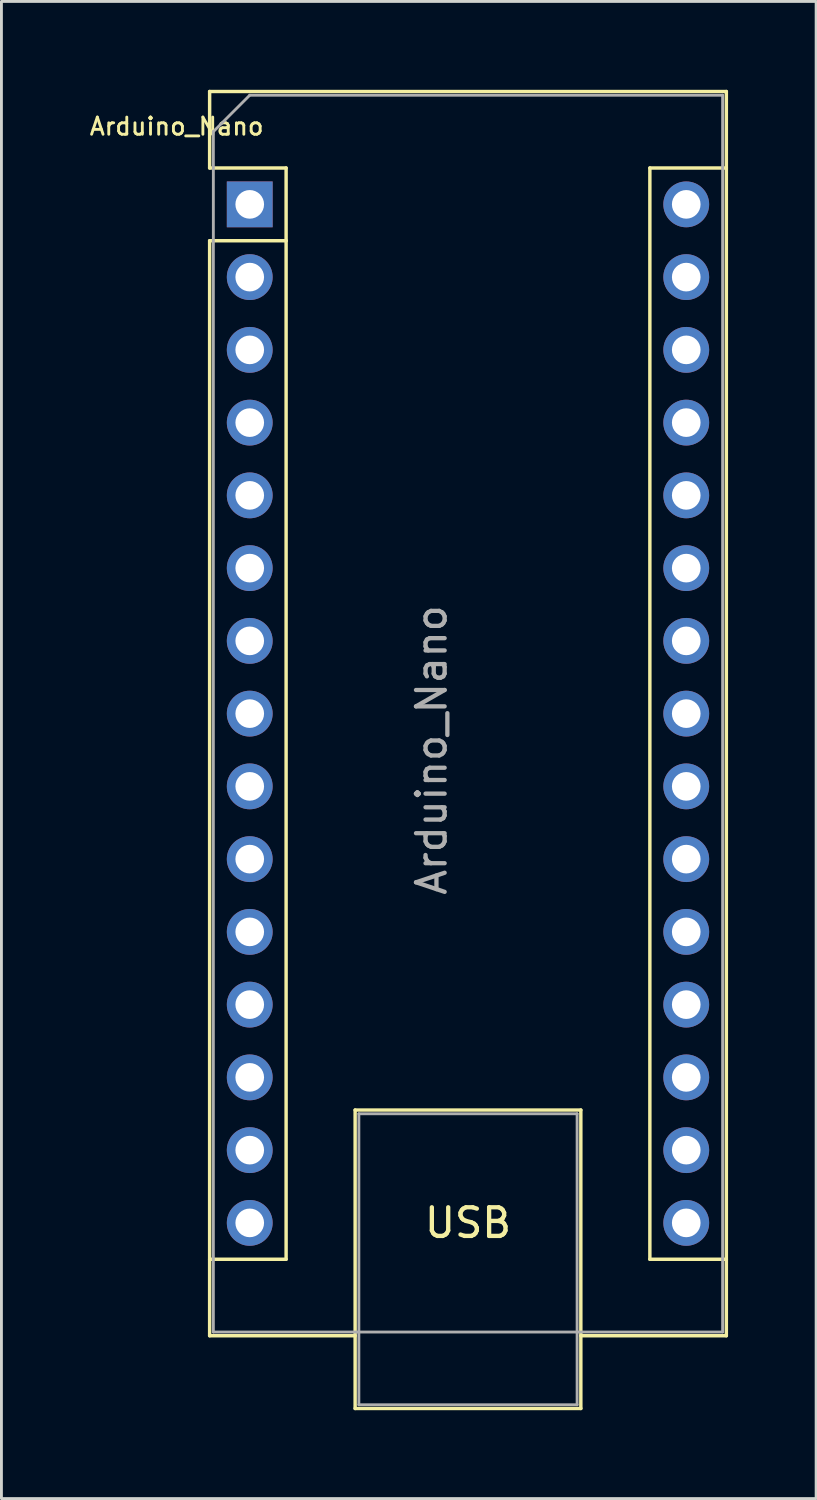
<source format=kicad_pcb>
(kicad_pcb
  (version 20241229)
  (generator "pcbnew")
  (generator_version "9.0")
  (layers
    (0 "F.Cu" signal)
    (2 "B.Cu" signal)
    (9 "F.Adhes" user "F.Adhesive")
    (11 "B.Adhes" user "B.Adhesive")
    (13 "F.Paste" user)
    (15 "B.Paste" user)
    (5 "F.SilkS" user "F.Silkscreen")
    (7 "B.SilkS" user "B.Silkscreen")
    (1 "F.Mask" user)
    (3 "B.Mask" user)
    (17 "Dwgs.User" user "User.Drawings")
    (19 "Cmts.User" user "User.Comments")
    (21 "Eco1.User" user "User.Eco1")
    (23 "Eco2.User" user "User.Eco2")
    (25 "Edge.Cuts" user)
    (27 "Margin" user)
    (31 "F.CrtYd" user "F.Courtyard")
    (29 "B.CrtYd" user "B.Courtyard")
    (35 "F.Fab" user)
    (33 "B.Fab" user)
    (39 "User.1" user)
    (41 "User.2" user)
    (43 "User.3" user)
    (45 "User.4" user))
  (footprint "Arduino_Nano"
    (layer "F.Cu")
    (at 5.669 4.085)
    (property "Reference" "Arduino_Nano" (at -2.55 -2.72 180) (layer "F.SilkS") (effects (font (size 0.6 0.6) (thickness 0.1))))
    (attr through_hole allow_missing_courtyard)
    (fp_line (start -1.4 -3.94) (end -1.4 -1.27) (stroke (width 0.12) (type solid)) (layer "F.SilkS"))
    (fp_line (start -1.4 1.27) (end -1.4 39.5) (stroke (width 0.12) (type solid)) (layer "F.SilkS"))
    (fp_line (start -1.4 39.5) (end 3.68 39.5) (stroke (width 0.12) (type solid)) (layer "F.SilkS"))
    (fp_line (start 1.27 -1.27) (end -1.4 -1.27) (stroke (width 0.12) (type solid)) (layer "F.SilkS"))
    (fp_line (start 1.27 1.27) (end -1.4 1.27) (stroke (width 0.12) (type solid)) (layer "F.SilkS"))
    (fp_line (start 1.27 1.27) (end 1.27 -1.27) (stroke (width 0.12) (type solid)) (layer "F.SilkS"))
    (fp_line (start 1.27 1.27) (end 1.27 36.83) (stroke (width 0.12) (type solid)) (layer "F.SilkS"))
    (fp_line (start 1.27 36.83) (end -1.4 36.83) (stroke (width 0.12) (type solid)) (layer "F.SilkS"))
    (fp_line (start 3.68 31.62) (end 11.56 31.62) (stroke (width 0.12) (type solid)) (layer "F.SilkS"))
    (fp_line (start 3.68 42.04) (end 3.68 31.62) (stroke (width 0.12) (type solid)) (layer "F.SilkS"))
    (fp_line (start 11.56 31.62) (end 11.56 42.04) (stroke (width 0.12) (type solid)) (layer "F.SilkS"))
    (fp_line (start 11.56 42.04) (end 3.68 42.04) (stroke (width 0.12) (type solid)) (layer "F.SilkS"))
    (fp_line (start 13.97 -1.27) (end 13.97 36.83) (stroke (width 0.12) (type solid)) (layer "F.SilkS"))
    (fp_line (start 13.97 -1.27) (end 16.64 -1.27) (stroke (width 0.12) (type solid)) (layer "F.SilkS"))
    (fp_line (start 13.97 36.83) (end 16.64 36.83) (stroke (width 0.12) (type solid)) (layer "F.SilkS"))
    (fp_line (start 16.64 -3.94) (end -1.4 -3.94) (stroke (width 0.12) (type solid)) (layer "F.SilkS"))
    (fp_line (start 16.64 39.5) (end 11.56 39.5) (stroke (width 0.12) (type solid)) (layer "F.SilkS"))
    (fp_line (start 16.64 39.5) (end 16.64 -3.94) (stroke (width 0.12) (type solid)) (layer "F.SilkS"))
    (fp_line (start -1.27 -2.54) (end 0 -3.81) (stroke (width 0.1) (type solid)) (layer "F.Fab"))
    (fp_line (start -1.27 39.37) (end -1.27 -2.54) (stroke (width 0.1) (type solid)) (layer "F.Fab"))
    (fp_line (start 0 -3.81) (end 16.51 -3.81) (stroke (width 0.1) (type solid)) (layer "F.Fab"))
    (fp_line (start 3.81 31.75) (end 11.43 31.75) (stroke (width 0.1) (type solid)) (layer "F.Fab"))
    (fp_line (start 3.81 41.91) (end 3.81 31.75) (stroke (width 0.1) (type solid)) (layer "F.Fab"))
    (fp_line (start 11.43 31.75) (end 11.43 41.91) (stroke (width 0.1) (type solid)) (layer "F.Fab"))
    (fp_line (start 11.43 41.91) (end 3.81 41.91) (stroke (width 0.1) (type solid)) (layer "F.Fab"))
    (fp_line (start 16.51 -3.81) (end 16.51 39.37) (stroke (width 0.1) (type solid)) (layer "F.Fab"))
    (fp_line (start 16.51 39.37) (end -1.27 39.37) (stroke (width 0.1) (type solid)) (layer "F.Fab"))
    (fp_line (start -1.53 -4.06) (end -1.53 42.16) (stroke (width 0.05) (type solid)) (layer "User.1"))
    (fp_line (start -1.53 -4.06) (end 16.75 -4.06) (stroke (width 0.05) (type solid)) (layer "User.1"))
    (fp_line (start 16.75 42.16) (end -1.53 42.16) (stroke (width 0.05) (type solid)) (layer "User.1"))
    (fp_line (start 16.75 42.16) (end 16.75 -4.06) (stroke (width 0.05) (type solid)) (layer "User.1"))
    (fp_text user "USB" (at 7.62 35.56 0) (unlocked yes) (layer "F.SilkS") (effects (font (size 1 1) (thickness 0.15))))
    (fp_text user "${REFERENCE}" (at 6.35 19.05 270) (layer "F.Fab") (effects (font (size 1 1) (thickness 0.15))))
    (pad "1" thru_hole rect (at 0 0) (size 1.6 1.6) (drill 1) (layers "*.Cu" "*.Mask"))
    (pad "2" thru_hole oval (at 0 2.54) (size 1.6 1.6) (drill 1) (layers "*.Cu" "*.Mask"))
    (pad "3" thru_hole oval (at 0 5.08) (size 1.6 1.6) (drill 1) (layers "*.Cu" "*.Mask"))
    (pad "4" thru_hole oval (at 0 7.62) (size 1.6 1.6) (drill 1) (layers "*.Cu" "*.Mask"))
    (pad "5" thru_hole oval (at 0 10.16) (size 1.6 1.6) (drill 1) (layers "*.Cu" "*.Mask"))
    (pad "6" thru_hole oval (at 0 12.7) (size 1.6 1.6) (drill 1) (layers "*.Cu" "*.Mask"))
    (pad "7" thru_hole oval (at 0 15.24) (size 1.6 1.6) (drill 1) (layers "*.Cu" "*.Mask"))
    (pad "8" thru_hole oval (at 0 17.78) (size 1.6 1.6) (drill 1) (layers "*.Cu" "*.Mask"))
    (pad "9" thru_hole oval (at 0 20.32) (size 1.6 1.6) (drill 1) (layers "*.Cu" "*.Mask"))
    (pad "10" thru_hole oval (at 0 22.86) (size 1.6 1.6) (drill 1) (layers "*.Cu" "*.Mask"))
    (pad "11" thru_hole oval (at 0 25.4) (size 1.6 1.6) (drill 1) (layers "*.Cu" "*.Mask"))
    (pad "12" thru_hole oval (at 0 27.94) (size 1.6 1.6) (drill 1) (layers "*.Cu" "*.Mask"))
    (pad "13" thru_hole oval (at 0 30.48) (size 1.6 1.6) (drill 1) (layers "*.Cu" "*.Mask"))
    (pad "14" thru_hole oval (at 0 33.02) (size 1.6 1.6) (drill 1) (layers "*.Cu" "*.Mask"))
    (pad "15" thru_hole oval (at 0 35.56) (size 1.6 1.6) (drill 1) (layers "*.Cu" "*.Mask"))
    (pad "16" thru_hole oval (at 15.24 35.56) (size 1.6 1.6) (drill 1) (layers "*.Cu" "*.Mask"))
    (pad "17" thru_hole oval (at 15.24 33.02) (size 1.6 1.6) (drill 1) (layers "*.Cu" "*.Mask"))
    (pad "18" thru_hole oval (at 15.24 30.48) (size 1.6 1.6) (drill 1) (layers "*.Cu" "*.Mask"))
    (pad "19" thru_hole oval (at 15.24 27.94) (size 1.6 1.6) (drill 1) (layers "*.Cu" "*.Mask"))
    (pad "20" thru_hole oval (at 15.24 25.4) (size 1.6 1.6) (drill 1) (layers "*.Cu" "*.Mask"))
    (pad "21" thru_hole oval (at 15.24 22.86) (size 1.6 1.6) (drill 1) (layers "*.Cu" "*.Mask"))
    (pad "22" thru_hole oval (at 15.24 20.32) (size 1.6 1.6) (drill 1) (layers "*.Cu" "*.Mask"))
    (pad "23" thru_hole oval (at 15.24 17.78) (size 1.6 1.6) (drill 1) (layers "*.Cu" "*.Mask"))
    (pad "24" thru_hole oval (at 15.24 15.24) (size 1.6 1.6) (drill 1) (layers "*.Cu" "*.Mask"))
    (pad "25" thru_hole oval (at 15.24 12.7) (size 1.6 1.6) (drill 1) (layers "*.Cu" "*.Mask"))
    (pad "26" thru_hole oval (at 15.24 10.16) (size 1.6 1.6) (drill 1) (layers "*.Cu" "*.Mask"))
    (pad "27" thru_hole oval (at 15.24 7.62) (size 1.6 1.6) (drill 1) (layers "*.Cu" "*.Mask"))
    (pad "28" thru_hole oval (at 15.24 5.08) (size 1.6 1.6) (drill 1) (layers "*.Cu" "*.Mask"))
    (pad "29" thru_hole oval (at 15.24 2.54) (size 1.6 1.6) (drill 1) (layers "*.Cu" "*.Mask"))
    (pad "30" thru_hole oval (at 15.24 0) (size 1.6 1.6) (drill 1) (layers "*.Cu" "*.Mask")))
  (gr_rect
    (start -3 -3)
    (end 25.444 49.27)
    (stroke (width 0.1) (type default))
    (fill no)
    (layer "Edge.Cuts")))
</source>
